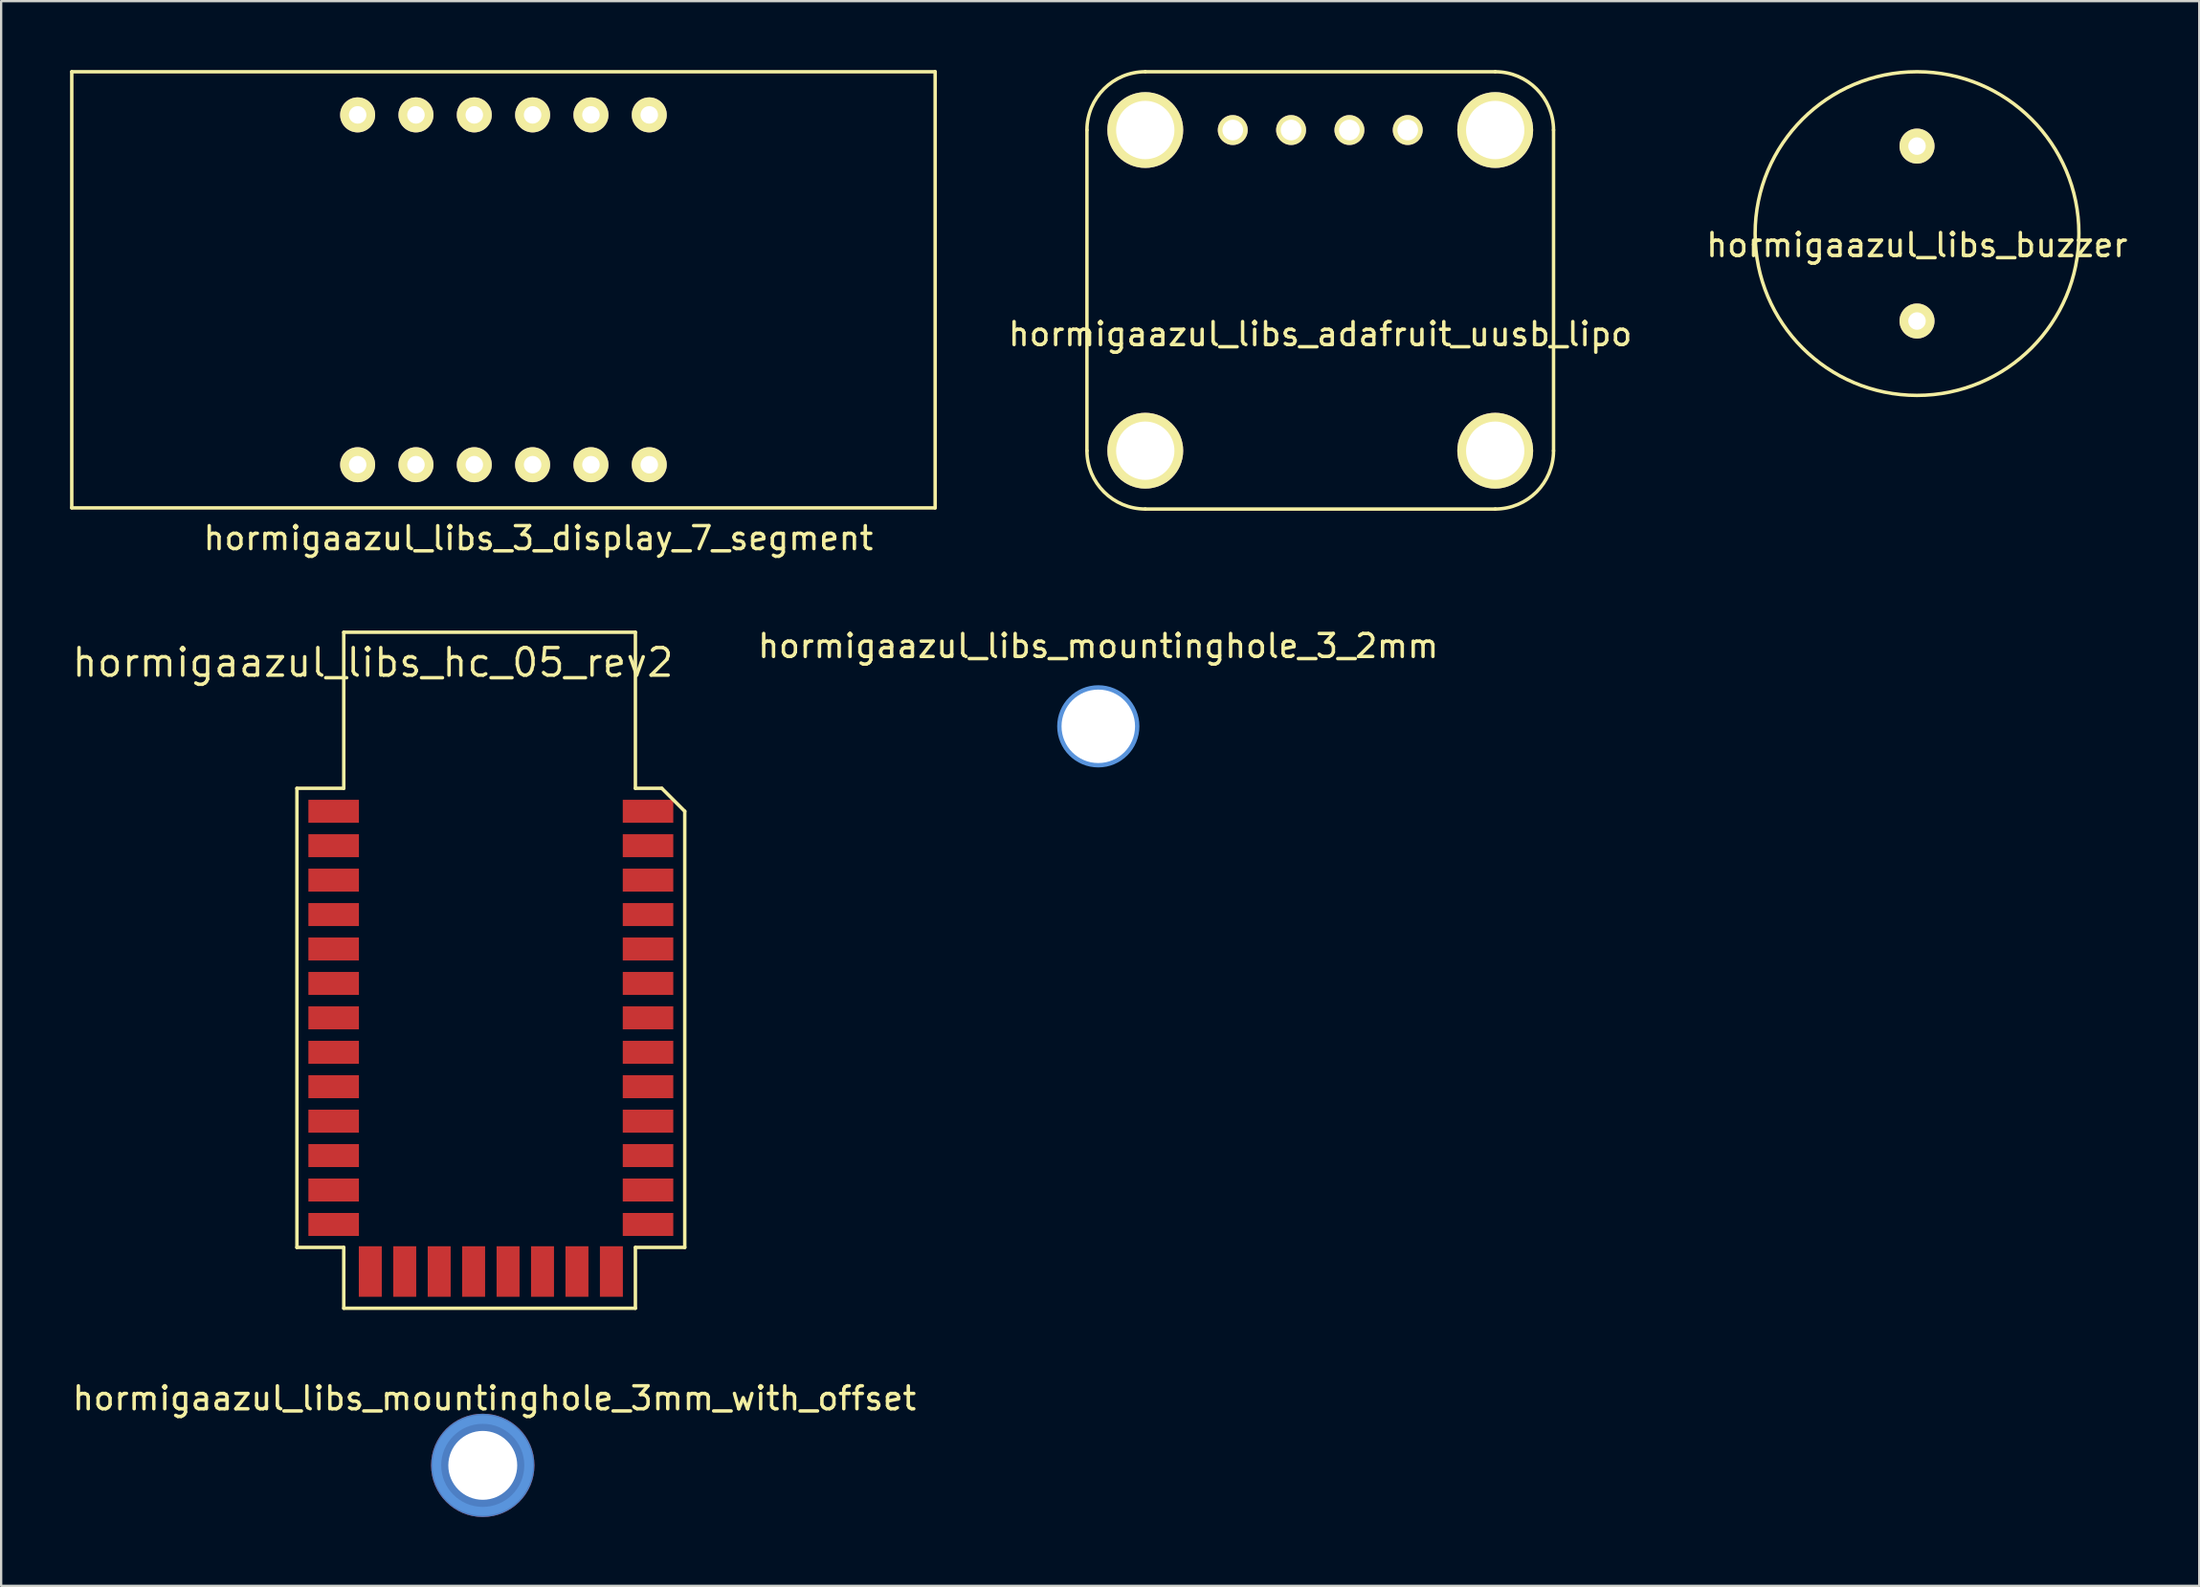
<source format=kicad_pcb>
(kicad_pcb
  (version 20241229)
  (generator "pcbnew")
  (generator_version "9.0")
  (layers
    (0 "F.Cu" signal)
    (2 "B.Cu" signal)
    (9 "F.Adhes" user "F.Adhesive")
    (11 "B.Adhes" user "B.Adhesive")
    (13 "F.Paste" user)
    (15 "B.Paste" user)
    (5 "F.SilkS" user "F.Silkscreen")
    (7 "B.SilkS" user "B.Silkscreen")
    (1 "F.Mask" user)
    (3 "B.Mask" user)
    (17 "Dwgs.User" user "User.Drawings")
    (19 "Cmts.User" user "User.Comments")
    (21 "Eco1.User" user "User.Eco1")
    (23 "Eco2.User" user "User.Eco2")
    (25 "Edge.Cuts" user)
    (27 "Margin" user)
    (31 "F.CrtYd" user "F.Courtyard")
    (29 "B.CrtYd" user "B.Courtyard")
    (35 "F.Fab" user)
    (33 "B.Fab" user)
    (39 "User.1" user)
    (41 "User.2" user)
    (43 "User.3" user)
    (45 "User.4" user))
  (footprint "hormigaazul_libs_hc_05_rev2"
    (layer "F.Cu")
    (at 9.101 24.493)
    (property "Reference" "hormigaazul_libs_hc_05_rev2" (at 4.09 1.32 0) (layer "F.SilkS") (effects (font (size 1.2 1.2) (thickness 0.15))))
    (attr through_hole)
    (fp_line (start 0.78 6.8) (end 0.78 26.8) (stroke (width 0.15) (type solid)) (layer "F.SilkS"))
    (fp_line (start 0.78 26.8) (end 2.82 26.8) (stroke (width 0.15) (type solid)) (layer "F.SilkS"))
    (fp_line (start 2.82 0) (end 15.52 0) (stroke (width 0.15) (type solid)) (layer "F.SilkS"))
    (fp_line (start 2.82 6.8) (end 0.78 6.8) (stroke (width 0.15) (type solid)) (layer "F.SilkS"))
    (fp_line (start 2.82 6.8) (end 2.82 0) (stroke (width 0.15) (type solid)) (layer "F.SilkS"))
    (fp_line (start 2.82 29.45) (end 2.82 26.8) (stroke (width 0.15) (type solid)) (layer "F.SilkS"))
    (fp_line (start 2.82 29.45) (end 15.52 29.45) (stroke (width 0.15) (type solid)) (layer "F.SilkS"))
    (fp_line (start 15.52 0) (end 15.52 6.8) (stroke (width 0.15) (type solid)) (layer "F.SilkS"))
    (fp_line (start 15.52 26.8) (end 15.52 29.45) (stroke (width 0.15) (type solid)) (layer "F.SilkS"))
    (fp_line (start 15.52 26.8) (end 17.67 26.8) (stroke (width 0.15) (type solid)) (layer "F.SilkS"))
    (fp_line (start 16.67 6.8) (end 15.52 6.8) (stroke (width 0.15) (type solid)) (layer "F.SilkS"))
    (fp_line (start 17.67 7.8) (end 16.67 6.8) (stroke (width 0.15) (type solid)) (layer "F.SilkS"))
    (fp_line (start 17.67 26.8) (end 17.67 7.8) (stroke (width 0.15) (type solid)) (layer "F.SilkS"))
    (pad "1" smd rect (at 16.07 7.8 270) (size 1 2.2) (layers "F.Cu" "F.Mask" "F.Paste"))
    (pad "2" smd rect (at 16.07 9.3 270) (size 1 2.2) (layers "F.Cu" "F.Mask" "F.Paste"))
    (pad "3" smd rect (at 16.07 10.8 270) (size 1 2.2) (layers "F.Cu" "F.Mask" "F.Paste"))
    (pad "4" smd rect (at 16.07 12.3 270) (size 1 2.2) (layers "F.Cu" "F.Mask" "F.Paste"))
    (pad "5" smd rect (at 16.07 13.8 270) (size 1 2.2) (layers "F.Cu" "F.Mask" "F.Paste"))
    (pad "6" smd rect (at 16.07 15.3 270) (size 1 2.2) (layers "F.Cu" "F.Mask" "F.Paste"))
    (pad "7" smd rect (at 16.07 16.8 270) (size 1 2.2) (layers "F.Cu" "F.Mask" "F.Paste"))
    (pad "8" smd rect (at 16.07 18.3 270) (size 1 2.2) (layers "F.Cu" "F.Mask" "F.Paste"))
    (pad "9" smd rect (at 16.07 19.8 270) (size 1 2.2) (layers "F.Cu" "F.Mask" "F.Paste"))
    (pad "10" smd rect (at 16.07 21.3 270) (size 1 2.2) (layers "F.Cu" "F.Mask" "F.Paste"))
    (pad "11" smd rect (at 16.07 22.8 270) (size 1 2.2) (layers "F.Cu" "F.Mask" "F.Paste"))
    (pad "12" smd rect (at 16.07 24.3 270) (size 1 2.2) (layers "F.Cu" "F.Mask" "F.Paste"))
    (pad "13" smd rect (at 16.07 25.8 270) (size 1 2.2) (layers "F.Cu" "F.Mask" "F.Paste"))
    (pad "14" smd rect (at 14.475 27.85) (size 1 2.2) (layers "F.Cu" "F.Mask" "F.Paste"))
    (pad "15" smd rect (at 12.975 27.85) (size 1 2.2) (layers "F.Cu" "F.Mask" "F.Paste"))
    (pad "16" smd rect (at 11.475 27.85) (size 1 2.2) (layers "F.Cu" "F.Mask" "F.Paste"))
    (pad "17" smd rect (at 9.975 27.85) (size 1 2.2) (layers "F.Cu" "F.Mask" "F.Paste"))
    (pad "18" smd rect (at 8.475 27.85) (size 1 2.2) (layers "F.Cu" "F.Mask" "F.Paste"))
    (pad "19" smd rect (at 6.975 27.85) (size 1 2.2) (layers "F.Cu" "F.Mask" "F.Paste"))
    (pad "20" smd rect (at 5.475 27.85) (size 1 2.2) (layers "F.Cu" "F.Mask" "F.Paste"))
    (pad "21" smd rect (at 3.975 27.85) (size 1 2.2) (layers "F.Cu" "F.Mask" "F.Paste"))
    (pad "22" smd rect (at 2.38 25.8 270) (size 1 2.2) (layers "F.Cu" "F.Mask" "F.Paste"))
    (pad "23" smd rect (at 2.38 24.3 270) (size 1 2.2) (layers "F.Cu" "F.Mask" "F.Paste"))
    (pad "24" smd rect (at 2.38 22.8 270) (size 1 2.2) (layers "F.Cu" "F.Mask" "F.Paste"))
    (pad "25" smd rect (at 2.38 21.3 270) (size 1 2.2) (layers "F.Cu" "F.Mask" "F.Paste"))
    (pad "26" smd rect (at 2.38 19.8 270) (size 1 2.2) (layers "F.Cu" "F.Mask" "F.Paste"))
    (pad "27" smd rect (at 2.38 18.3 270) (size 1 2.2) (layers "F.Cu" "F.Mask" "F.Paste"))
    (pad "28" smd rect (at 2.38 16.8 270) (size 1 2.2) (layers "F.Cu" "F.Mask" "F.Paste"))
    (pad "29" smd rect (at 2.38 15.3 270) (size 1 2.2) (layers "F.Cu" "F.Mask" "F.Paste"))
    (pad "30" smd rect (at 2.38 13.8 270) (size 1 2.2) (layers "F.Cu" "F.Mask" "F.Paste"))
    (pad "31" smd rect (at 2.38 12.3 270) (size 1 2.2) (layers "F.Cu" "F.Mask" "F.Paste"))
    (pad "32" smd rect (at 2.38 10.8 270) (size 1 2.2) (layers "F.Cu" "F.Mask" "F.Paste"))
    (pad "33" smd rect (at 2.38 9.3 270) (size 1 2.2) (layers "F.Cu" "F.Mask" "F.Paste"))
    (pad "34" smd rect (at 2.38 7.8 270) (size 1 2.2) (layers "F.Cu" "F.Mask" "F.Paste")))
  (footprint "hormigaazul_libs_buzzer"
    (layer "F.Cu")
    (at 80.435 7.125)
    (property "Reference" "hormigaazul_libs_buzzer" (at 0 0.5 0) (layer "F.SilkS") (effects (font (size 1 1) (thickness 0.15))))
    (attr through_hole)
    (fp_circle (center 0 0) (end -7.05 0) (stroke (width 0.15) (type solid)) (fill no) (layer "F.SilkS"))
    (pad "1" thru_hole circle (at 0 -3.81) (size 1.524 1.524) (drill 0.762) (layers "*.Cu" "*.Mask" "F.SilkS"))
    (pad "2" thru_hole circle (at 0 3.81) (size 1.524 1.524) (drill 0.762) (layers "*.Cu" "*.Mask" "F.SilkS")))
  (footprint "hormigaazul_libs_mountinghole_3_2mm"
    (layer "F.Cu")
    (at 44.78 28.592)
    (property "Reference" "hormigaazul_libs_mountinghole_3_2mm" (at 0 -3.5 0) (layer "F.SilkS") (effects (font (size 1 1) (thickness 0.15))))
    (attr through_hole)
    (fp_circle (center 0 0) (end 1.6 0) (stroke (width 0.381) (type solid)) (fill no) (layer "Cmts.User"))
    (pad "1" thru_hole circle (at 0 0) (size 3.2 3.2) (drill 3.2) (layers "*.Cu")))
  (footprint "hormigaazul_libs_adafruit_uusb_lipo"
    (layer "F.Cu")
    (at 54.446 10.235)
    (property "Reference" "hormigaazul_libs_adafruit_uusb_lipo" (at 0 1.27 0) (layer "F.SilkS") (effects (font (size 1 1) (thickness 0.15))))
    (attr through_hole)
    (fp_line (start -10.16 6.35) (end -10.16 -7.62) (stroke (width 0.15) (type solid)) (layer "F.SilkS"))
    (fp_line (start -7.62 -10.16) (end 7.62 -10.16) (stroke (width 0.15) (type solid)) (layer "F.SilkS"))
    (fp_line (start 7.62 8.89) (end -7.62 8.89) (stroke (width 0.15) (type solid)) (layer "F.SilkS"))
    (fp_line (start 10.16 6.35) (end 10.16 -7.62) (stroke (width 0.15) (type solid)) (layer "F.SilkS"))
    (fp_arc (start -10.16 -7.62) (mid -9.416051 -9.416051) (end -7.62 -10.16) (stroke (width 0.15) (type solid)) (layer "F.SilkS"))
    (fp_arc (start -7.62 8.89) (mid -9.416051 8.146051) (end -10.16 6.35) (stroke (width 0.15) (type solid)) (layer "F.SilkS"))
    (fp_arc (start 7.62 -10.16) (mid 9.416051 -9.416051) (end 10.16 -7.62) (stroke (width 0.15) (type solid)) (layer "F.SilkS"))
    (fp_arc (start 10.16 6.35) (mid 9.416051 8.146051) (end 7.62 8.89) (stroke (width 0.15) (type solid)) (layer "F.SilkS"))
    (pad "1" thru_hole circle (at -3.81 -7.62) (size 1.3 1.3) (drill 0.9) (layers "*.Cu" "*.Mask" "F.SilkS"))
    (pad "2" thru_hole circle (at -1.27 -7.62) (size 1.3 1.3) (drill 0.9) (layers "*.Cu" "*.Mask" "F.SilkS"))
    (pad "3" thru_hole circle (at 1.27 -7.62) (size 1.3 1.3) (drill 0.9) (layers "*.Cu" "*.Mask" "F.SilkS"))
    (pad "4" thru_hole circle (at 3.81 -7.62) (size 1.3 1.3) (drill 0.9) (layers "*.Cu" "*.Mask" "F.SilkS"))
    (pad "5" thru_hole circle (at -7.62 -7.62) (size 3.302 3.302) (drill 2.54) (layers "*.Cu" "*.Mask" "F.SilkS"))
    (pad "5" thru_hole circle (at -7.62 6.35) (size 3.302 3.302) (drill 2.54) (layers "*.Cu" "*.Mask" "F.SilkS"))
    (pad "5" thru_hole circle (at 7.62 -7.62) (size 3.302 3.302) (drill 2.54) (layers "*.Cu" "*.Mask" "F.SilkS"))
    (pad "5" thru_hole circle (at 7.62 6.35) (size 3.302 3.302) (drill 2.54) (layers "*.Cu" "*.Mask" "F.SilkS")))
  (footprint "hormigaazul_libs_3_display_7_segment"
    (layer "F.Cu")
    (at 18.875 9.575)
    (property "Reference" "hormigaazul_libs_3_display_7_segment" (at 1.52 10.82 0) (layer "F.SilkS") (effects (font (size 1 1) (thickness 0.15))))
    (attr through_hole)
    (fp_line (start -18.8 -9.5) (end 18.8 -9.5) (stroke (width 0.15) (type solid)) (layer "F.SilkS"))
    (fp_line (start -18.8 9.5) (end -18.8 -9.5) (stroke (width 0.15) (type solid)) (layer "F.SilkS"))
    (fp_line (start 18.8 -9.5) (end 18.8 9.5) (stroke (width 0.15) (type solid)) (layer "F.SilkS"))
    (fp_line (start 18.8 9.5) (end -18.8 9.5) (stroke (width 0.15) (type solid)) (layer "F.SilkS"))
    (pad "1" thru_hole circle (at -6.35 7.62) (size 1.524 1.524) (drill 0.762) (layers "*.Cu" "*.Mask" "F.SilkS"))
    (pad "2" thru_hole circle (at -3.81 7.62) (size 1.524 1.524) (drill 0.762) (layers "*.Cu" "*.Mask" "F.SilkS"))
    (pad "3" thru_hole circle (at -1.27 7.62) (size 1.524 1.524) (drill 0.762) (layers "*.Cu" "*.Mask" "F.SilkS"))
    (pad "4" thru_hole circle (at 1.27 7.62) (size 1.524 1.524) (drill 0.762) (layers "*.Cu" "*.Mask" "F.SilkS"))
    (pad "5" thru_hole circle (at 3.81 7.62) (size 1.524 1.524) (drill 0.762) (layers "*.Cu" "*.Mask" "F.SilkS"))
    (pad "6" thru_hole circle (at 6.35 7.62) (size 1.524 1.524) (drill 0.762) (layers "*.Cu" "*.Mask" "F.SilkS"))
    (pad "7" thru_hole circle (at 6.35 -7.62) (size 1.524 1.524) (drill 0.762) (layers "*.Cu" "*.Mask" "F.SilkS"))
    (pad "8" thru_hole circle (at 3.81 -7.62) (size 1.524 1.524) (drill 0.762) (layers "*.Cu" "*.Mask" "F.SilkS"))
    (pad "9" thru_hole circle (at 1.27 -7.62) (size 1.524 1.524) (drill 0.762) (layers "*.Cu" "*.Mask" "F.SilkS"))
    (pad "10" thru_hole circle (at -1.27 -7.62) (size 1.524 1.524) (drill 0.762) (layers "*.Cu" "*.Mask" "F.SilkS"))
    (pad "11" thru_hole circle (at -3.81 -7.62) (size 1.524 1.524) (drill 0.762) (layers "*.Cu" "*.Mask" "F.SilkS"))
    (pad "12" thru_hole circle (at -6.35 -7.62) (size 1.524 1.524) (drill 0.762) (layers "*.Cu" "*.Mask" "F.SilkS")))
  (footprint "hormigaazul_libs_mountinghole_3mm_with_offset"
    (layer "F.Cu")
    (at 17.974 60.788)
    (property "Reference" "hormigaazul_libs_mountinghole_3mm_with_offset" (at 0.508 -2.921 0) (layer "F.SilkS") (effects (font (size 1 1) (thickness 0.15))))
    (attr through_hole)
    (fp_circle (center 0 0) (end 2 0) (stroke (width 0.381) (type solid)) (fill no) (layer "Cmts.User"))
    (pad "1" thru_hole circle (at 0 0) (size 4.5 4.5) (drill 3) (layers "*.Cu")))
  (gr_rect
    (start -3 -3)
    (end 92.726 66.037)
    (stroke (width 0.1) (type default))
    (fill no)
    (layer "Edge.Cuts")))
</source>
